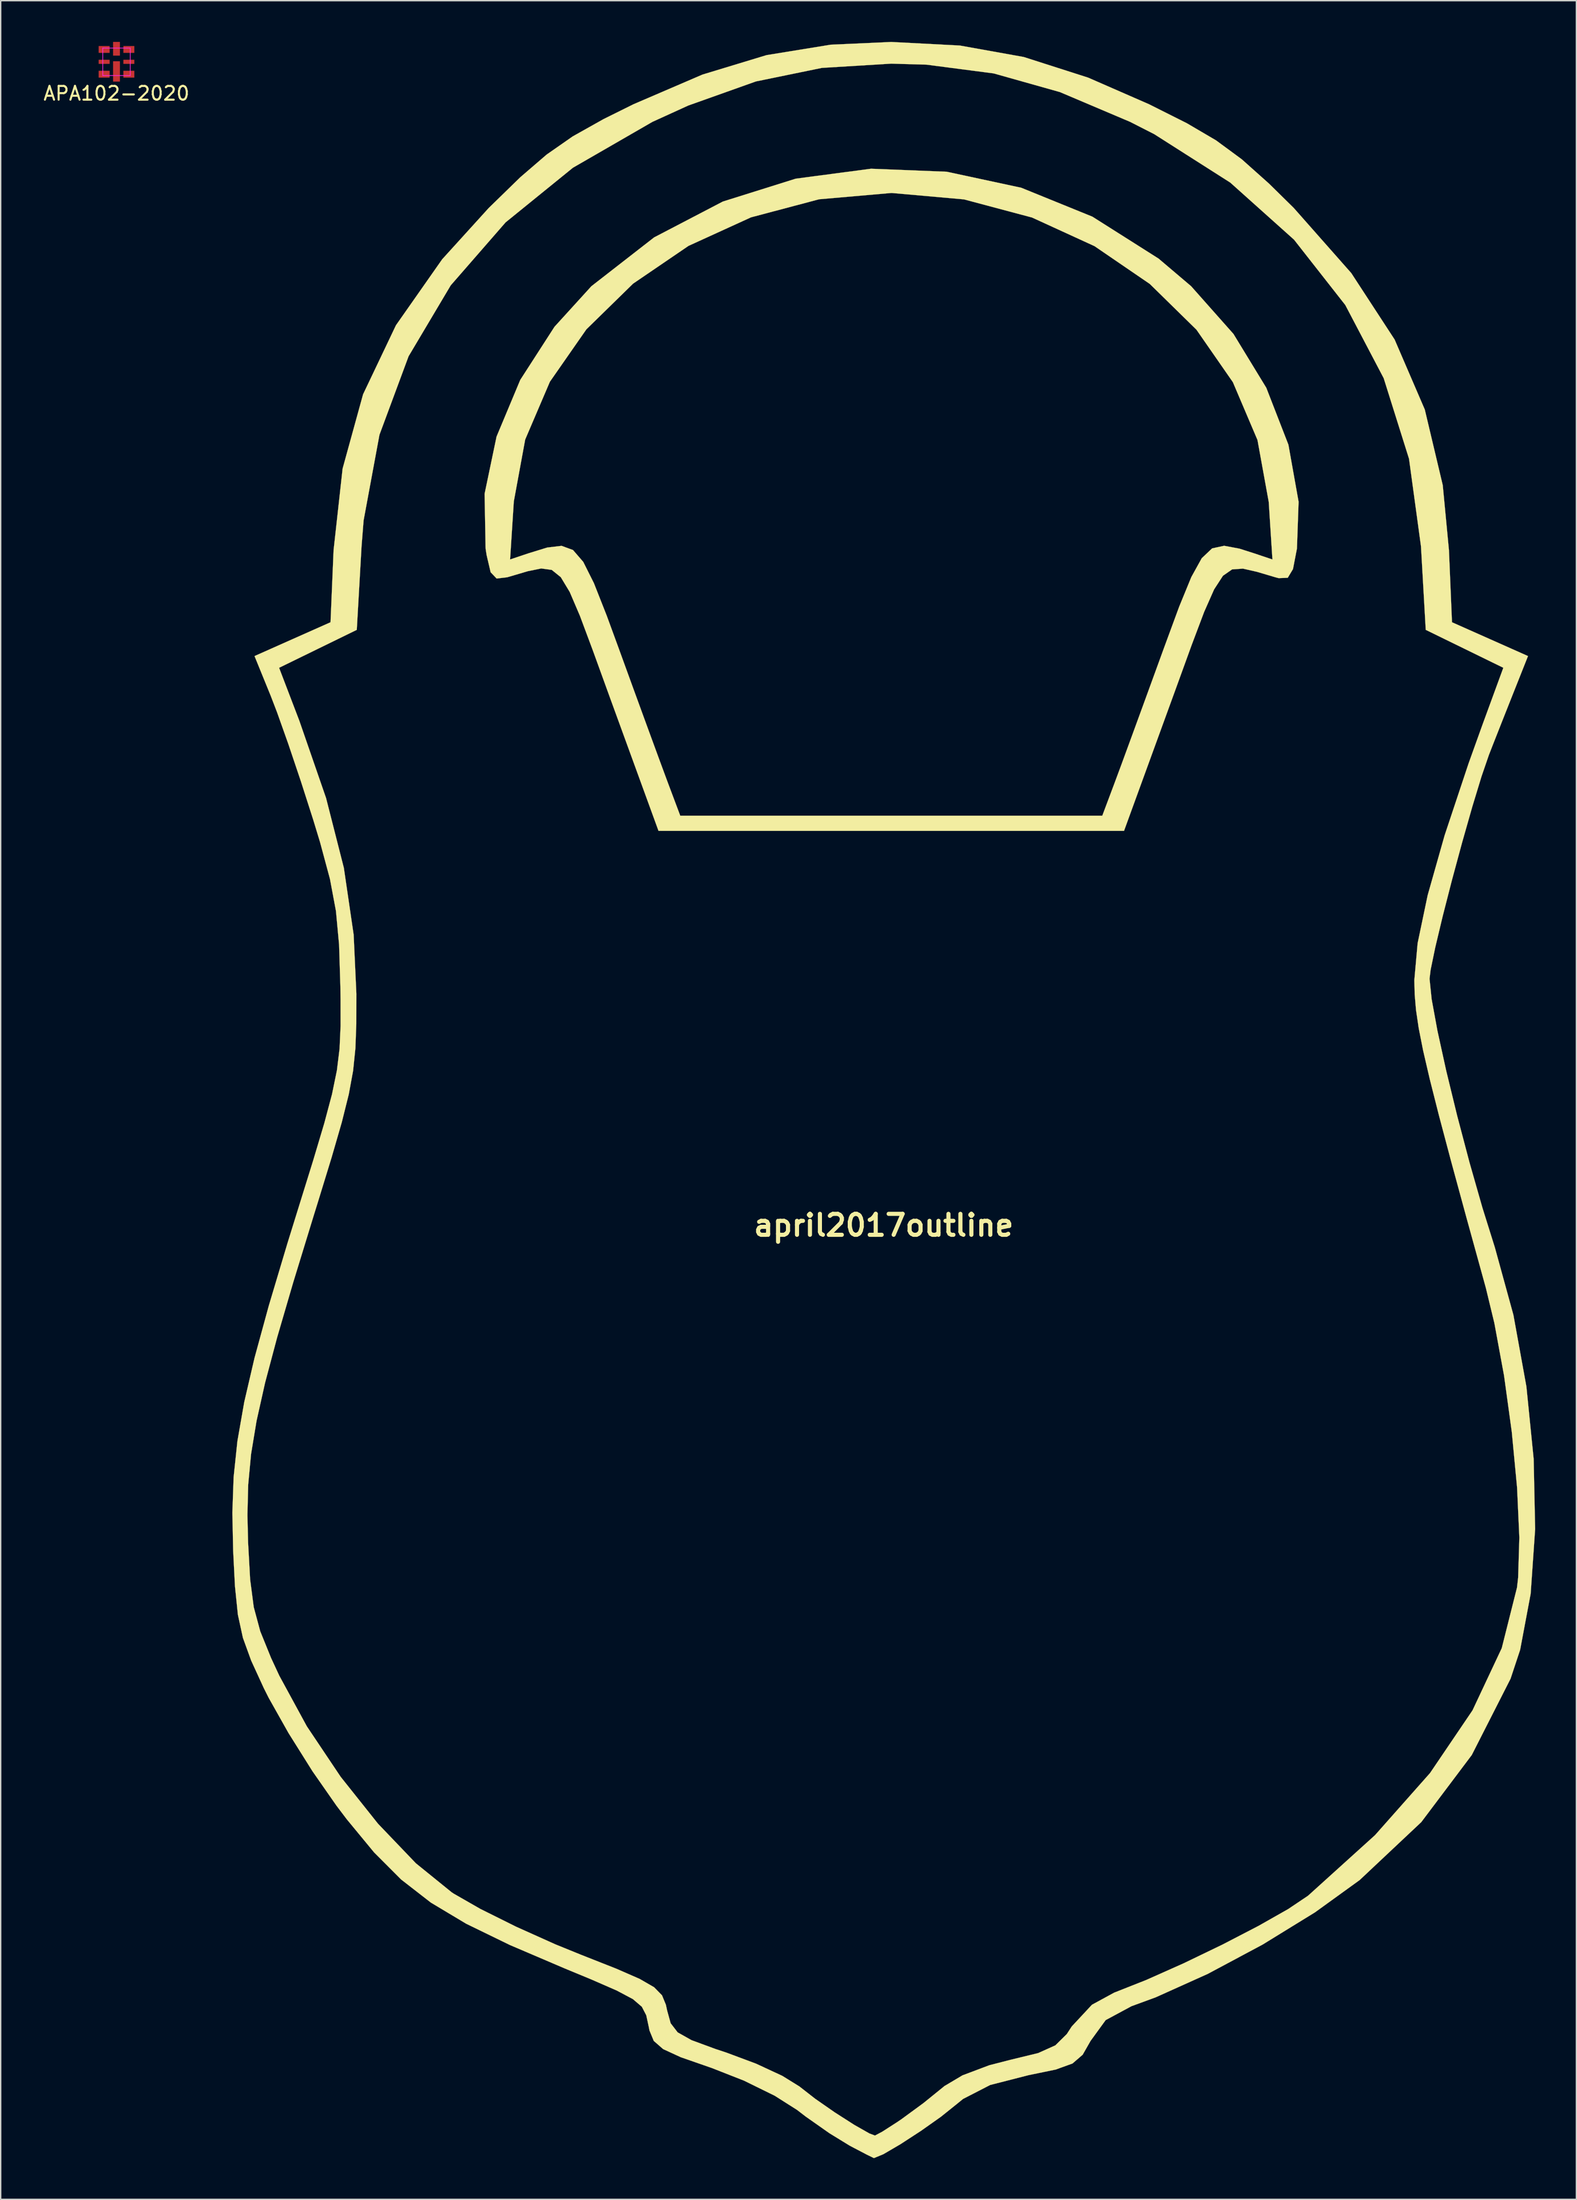
<source format=kicad_pcb>
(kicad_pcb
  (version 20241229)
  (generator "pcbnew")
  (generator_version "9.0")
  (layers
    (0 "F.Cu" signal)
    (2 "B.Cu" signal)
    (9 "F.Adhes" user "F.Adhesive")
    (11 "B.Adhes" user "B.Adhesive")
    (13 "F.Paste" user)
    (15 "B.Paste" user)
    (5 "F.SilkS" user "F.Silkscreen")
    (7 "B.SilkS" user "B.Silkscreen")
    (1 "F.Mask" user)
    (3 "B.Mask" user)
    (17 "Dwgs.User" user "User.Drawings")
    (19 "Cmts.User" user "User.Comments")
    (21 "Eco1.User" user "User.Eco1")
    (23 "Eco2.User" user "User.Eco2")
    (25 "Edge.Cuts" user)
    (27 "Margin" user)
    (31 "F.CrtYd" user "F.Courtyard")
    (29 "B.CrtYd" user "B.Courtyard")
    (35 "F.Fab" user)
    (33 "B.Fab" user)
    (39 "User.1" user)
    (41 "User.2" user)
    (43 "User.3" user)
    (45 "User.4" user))
  (footprint "april2017outline"
    (layer "F.Cu")
    (at 61.312 86.144)
    (property "Reference" "april2017outline" (at 0 0 0) (layer "F.SilkS") (effects (font (size 1.524 1.524) (thickness 0.3))))
    (attr through_hole)
    (fp_poly (pts (xy 4.598 -76.692) (xy 10.017 -75.528) (xy 15.203 -73.421) (xy 20.021 -70.371) (xy 22.392 -68.36) (xy 25.476 -64.885) (xy 27.867 -60.966) (xy 29.478 -56.822) (xy 30.22 -52.669) (xy 30.099 -49.262) (xy 29.812 -47.771) (xy 29.43 -47.135) (xy 28.769 -47.109) (xy 28.533 -47.171) (xy 27.185 -47.57) (xy 26.167 -47.802) (xy 25.377 -47.746) (xy 24.711 -47.283) (xy 24.067 -46.291) (xy 23.341 -44.651) (xy 22.431 -42.24) (xy 21.233 -38.94) (xy 21.038 -38.406) (xy 17.505 -28.713) (xy -16.4 -28.713) (xy -19.934 -38.406) (xy -21.18 -41.839) (xy -22.124 -44.366) (xy -22.869 -46.106) (xy -23.518 -47.18) (xy -24.175 -47.709) (xy -24.942 -47.814) (xy -25.922 -47.614) (xy -27.219 -47.231) (xy -27.429 -47.171) (xy -28.191 -47.081) (xy -28.627 -47.538) (xy -28.845 -48.468) (xy -27.21 -48.468) (xy -25.891 -48.911) (xy -24.51 -49.336) (xy -23.462 -49.461) (xy -22.627 -49.155) (xy -21.881 -48.292) (xy -21.104 -46.742) (xy -20.171 -44.377) (xy -19.287 -41.965) (xy -18.231 -39.061) (xy -17.231 -36.323) (xy -16.386 -34.02) (xy -15.794 -32.419) (xy -15.699 -32.164) (xy -14.817 -29.817) (xy 15.922 -29.817) (xy 16.803 -32.164) (xy 17.318 -33.55) (xy 18.109 -35.706) (xy 19.08 -38.363) (xy 20.132 -41.251) (xy 20.392 -41.965) (xy 21.522 -45.033) (xy 22.406 -47.188) (xy 23.165 -48.56) (xy 23.921 -49.276) (xy 24.797 -49.465) (xy 25.914 -49.256) (xy 26.995 -48.911) (xy 28.314 -48.468) (xy 28.045 -52.654) (xy 27.225 -57.165) (xy 25.433 -61.375) (xy 22.782 -65.192) (xy 19.385 -68.523) (xy 15.355 -71.277) (xy 10.805 -73.36) (xy 5.847 -74.68) (xy 0.595 -75.146) (xy 0.552 -75.146) (xy -4.702 -74.688) (xy -9.662 -73.374) (xy -14.216 -71.296) (xy -18.25 -68.548) (xy -21.653 -65.221) (xy -24.31 -61.408) (xy -26.11 -57.2) (xy -26.939 -52.692) (xy -26.941 -52.654) (xy -27.21 -48.468) (xy -28.845 -48.468) (xy -28.92 -48.787) (xy -28.994 -49.262) (xy -29.067 -53.249) (xy -28.196 -57.414) (xy -26.47 -61.539) (xy -23.975 -65.408) (xy -21.288 -68.36) (xy -16.721 -71.913) (xy -11.714 -74.523) (xy -6.402 -76.189) (xy -0.92 -76.912) (xy 4.598 -76.692)) (stroke (width 0.01) (type solid)) (fill yes) (layer "F.SilkS"))
    (fp_poly (pts (xy 5.544 -85.88) (xy 10.201 -85.045) (xy 14.892 -83.543) (xy 19.326 -81.606) (xy 22.073 -80.228) (xy 24.207 -78.977) (xy 26.083 -77.597) (xy 28.057 -75.836) (xy 29.867 -74.057) (xy 34.056 -69.316) (xy 37.214 -64.477) (xy 39.411 -59.382) (xy 40.719 -53.876) (xy 41.17 -49.143) (xy 41.392 -43.898) (xy 44.16 -42.668) (xy 46.928 -41.437) (xy 45.771 -38.526) (xy 45.021 -36.633) (xy 44.359 -34.954) (xy 44.081 -34.242) (xy 43.543 -32.676) (xy 42.87 -30.467) (xy 42.13 -27.867) (xy 41.389 -25.129) (xy 40.716 -22.505) (xy 40.177 -20.248) (xy 39.838 -18.61) (xy 39.757 -17.947) (xy 39.91 -16.462) (xy 40.334 -14.152) (xy 40.972 -11.248) (xy 41.768 -7.98) (xy 42.666 -4.579) (xy 43.61 -1.274) (xy 44.513 1.607) (xy 45.865 6.523) (xy 46.811 11.734) (xy 47.341 17.009) (xy 47.448 22.115) (xy 47.122 26.823) (xy 46.356 30.899) (xy 45.657 33.007) (xy 42.833 38.558) (xy 39.156 43.442) (xy 34.668 47.66) (xy 31.413 50.011) (xy 27.594 52.36) (xy 23.599 54.493) (xy 19.815 56.195) (xy 18.049 56.842) (xy 16.168 57.855) (xy 15.07 59.366) (xy 14.494 60.374) (xy 13.753 61.013) (xy 12.535 61.453) (xy 10.55 61.863) (xy 7.758 62.577) (xy 5.78 63.594) (xy 5.246 64.028) (xy 4.162 64.896) (xy 2.718 65.915) (xy 1.222 66.888) (xy -0.021 67.615) (xy -0.704 67.897) (xy -0.722 67.895) (xy -1.227 67.649) (xy -2.32 67.077) (xy -2.485 66.989) (xy -3.948 66.092) (xy -5.677 64.878) (xy -6.316 64.388) (xy -7.945 63.356) (xy -10.174 62.262) (xy -12.536 61.335) (xy -12.666 61.291) (xy -14.781 60.555) (xy -16.063 59.965) (xy -16.746 59.369) (xy -17.058 58.612) (xy -17.117 58.313) (xy -17.293 57.502) (xy -17.614 56.883) (xy -18.267 56.326) (xy -19.439 55.704) (xy -21.315 54.886) (xy -23.191 54.111) (xy -27.224 52.389) (xy -30.416 50.836) (xy -32.984 49.298) (xy -35.144 47.621) (xy -37.112 45.651) (xy -39.105 43.236) (xy -39.858 42.241) (xy -41.6 39.744) (xy -43.346 36.964) (xy -44.794 34.393) (xy -45.148 33.688) (xy -46.068 31.685) (xy -46.67 30.027) (xy -47.036 28.344) (xy -47.249 26.266) (xy -47.38 23.697) (xy -47.434 21.083) (xy -46.341 21.083) (xy -46.293 23.093) (xy -46.143 25.782) (xy -45.881 27.793) (xy -45.406 29.555) (xy -44.619 31.494) (xy -44.02 32.784) (xy -42.01 36.475) (xy -39.547 40.149) (xy -36.833 43.556) (xy -34.071 46.441) (xy -31.463 48.553) (xy -31.313 48.652) (xy -29.369 49.765) (xy -26.775 51.055) (xy -23.923 52.335) (xy -22.05 53.097) (xy -19.485 54.108) (xy -17.77 54.857) (xy -16.718 55.465) (xy -16.144 56.052) (xy -15.862 56.739) (xy -15.772 57.158) (xy -15.515 58.086) (xy -15.005 58.748) (xy -13.999 59.314) (xy -12.256 59.956) (xy -11.448 60.223) (xy -9.289 61.029) (xy -7.382 61.914) (xy -6.121 62.695) (xy -6.074 62.735) (xy -4.986 63.583) (xy -3.563 64.572) (xy -2.135 65.485) (xy -1.035 66.109) (xy -0.637 66.259) (xy -0.105 65.979) (xy 0.976 65.284) (xy 1.295 65.068) (xy 2.895 63.896) (xy 4.369 62.703) (xy 4.417 62.661) (xy 5.739 61.876) (xy 7.695 61.14) (xy 9.237 60.744) (xy 11.25 60.256) (xy 12.503 59.693) (xy 13.338 58.87) (xy 13.696 58.319) (xy 15.169 56.737) (xy 16.781 55.859) (xy 19.133 54.929) (xy 21.854 53.717) (xy 24.667 52.361) (xy 27.295 50.999) (xy 29.462 49.771) (xy 30.89 48.813) (xy 30.922 48.788) (xy 35.785 44.393) (xy 39.792 39.872) (xy 42.887 35.306) (xy 45.017 30.777) (xy 46.127 26.368) (xy 46.21 25.641) (xy 46.298 22.729) (xy 46.132 19.086) (xy 45.748 15.047) (xy 45.184 10.945) (xy 44.478 7.117) (xy 43.86 4.563) (xy 42.457 -0.519) (xy 41.328 -4.663) (xy 40.443 -7.994) (xy 39.774 -10.637) (xy 39.291 -12.716) (xy 38.967 -14.355) (xy 38.771 -15.68) (xy 38.675 -16.814) (xy 38.649 -17.848) (xy 38.889 -20.534) (xy 39.621 -24.031) (xy 40.855 -28.385) (xy 42.606 -33.64) (xy 43.613 -36.443) (xy 45.131 -40.585) (xy 42.306 -41.965) (xy 39.48 -43.346) (xy 39.134 -49.42) (xy 38.262 -55.799) (xy 36.417 -61.666) (xy 33.62 -66.991) (xy 29.889 -71.746) (xy 25.245 -75.902) (xy 19.707 -79.428) (xy 17.946 -80.325) (xy 12.836 -82.491) (xy 8.016 -83.849) (xy 3.13 -84.486) (xy 0.552 -84.561) (xy -4.501 -84.252) (xy -9.309 -83.265) (xy -14.229 -81.514) (xy -16.841 -80.325) (xy -22.633 -76.985) (xy -27.537 -73.008) (xy -31.533 -68.424) (xy -34.603 -63.26) (xy -36.724 -57.546) (xy -37.879 -51.312) (xy -38.029 -49.42) (xy -38.376 -43.346) (xy -44.035 -40.584) (xy -42.557 -36.719) (xy -40.614 -31.104) (xy -39.318 -26.02) (xy -38.604 -21.157) (xy -38.406 -16.855) (xy -38.411 -14.682) (xy -38.476 -12.891) (xy -38.644 -11.251) (xy -38.96 -9.532) (xy -39.467 -7.504) (xy -40.211 -4.936) (xy -41.236 -1.599) (xy -41.513 -0.709) (xy -43.008 4.164) (xy -44.178 8.165) (xy -45.056 11.465) (xy -45.676 14.235) (xy -46.075 16.647) (xy -46.285 18.873) (xy -46.341 21.083) (xy -47.434 21.083) (xy -47.438 20.931) (xy -47.346 18.329) (xy -47.07 15.705) (xy -46.574 12.873) (xy -45.823 9.648) (xy -44.782 5.844) (xy -43.416 1.275) (xy -42.648 -1.198) (xy -41.549 -4.732) (xy -40.741 -7.438) (xy -40.18 -9.543) (xy -39.825 -11.272) (xy -39.631 -12.851) (xy -39.556 -14.505) (xy -39.558 -16.46) (xy -39.571 -17.393) (xy -39.665 -20.421) (xy -39.893 -22.875) (xy -40.33 -25.211) (xy -41.051 -27.887) (xy -41.555 -29.541) (xy -42.449 -32.325) (xy -43.366 -35.047) (xy -44.182 -37.342) (xy -44.637 -38.526) (xy -45.824 -41.437) (xy -43.056 -42.668) (xy -40.288 -43.898) (xy -40.066 -49.143) (xy -39.408 -55.085) (xy -37.918 -60.491) (xy -35.523 -65.518) (xy -32.153 -70.324) (xy -28.763 -74.057) (xy -26.472 -76.287) (xy -24.552 -77.939) (xy -22.648 -79.266) (xy -20.405 -80.524) (xy -18.222 -81.606) (xy -13.199 -83.765) (xy -8.532 -85.181) (xy -3.854 -85.941) (xy 0.552 -86.139) (xy 5.544 -85.88)) (stroke (width 0.01) (type solid)) (fill yes) (layer "F.SilkS")))
  (footprint "APA102-2020"
    (layer "F.Cu")
    (at 5.435 1.45)
    (property "Reference" "APA102-2020" (at 0 2.3 0) (layer "F.SilkS") (effects (font (size 1 1) (thickness 0.15))))
    (attr smd)
    (fp_line (start -1 -1) (end 1 -1) (stroke (width 0.05) (type solid)) (layer "F.CrtYd"))
    (fp_line (start -1 1) (end -1 -1) (stroke (width 0.05) (type solid)) (layer "F.CrtYd"))
    (fp_line (start 1 -1) (end 1 1) (stroke (width 0.05) (type solid)) (layer "F.CrtYd"))
    (fp_line (start 1 1) (end -1 1) (stroke (width 0.05) (type solid)) (layer "F.CrtYd"))
    (pad "1" smd rect (at 0.9 0.9) (size 0.8 0.5) (layers "F.Cu" "F.Mask" "F.Paste"))
    (pad "2" smd rect (at 0.9 0) (size 0.8 0.3) (layers "F.Cu" "F.Mask" "F.Paste"))
    (pad "3" smd rect (at 0 0.7) (size 0.5 1.48) (layers "F.Cu" "F.Mask" "F.Paste"))
    (pad "3" smd rect (at 0.9 -0.9) (size 0.8 0.5) (layers "F.Cu" "F.Mask" "F.Paste"))
    (pad "4" smd rect (at -0.9 -0.9) (size 0.8 0.5) (layers "F.Cu" "F.Mask" "F.Paste"))
    (pad "4" smd rect (at 0 -0.95) (size 0.5 1) (layers "F.Cu" "F.Mask" "F.Paste"))
    (pad "5" smd rect (at -0.9 0) (size 0.8 0.3) (layers "F.Cu" "F.Mask" "F.Paste"))
    (pad "6" smd rect (at -0.9 0.9) (size 0.8 0.5) (layers "F.Cu" "F.Mask" "F.Paste")))
  (gr_rect
    (start -3 -3)
    (end 111.765 157.046)
    (stroke (width 0.1) (type default))
    (fill no)
    (layer "Edge.Cuts")))
</source>
